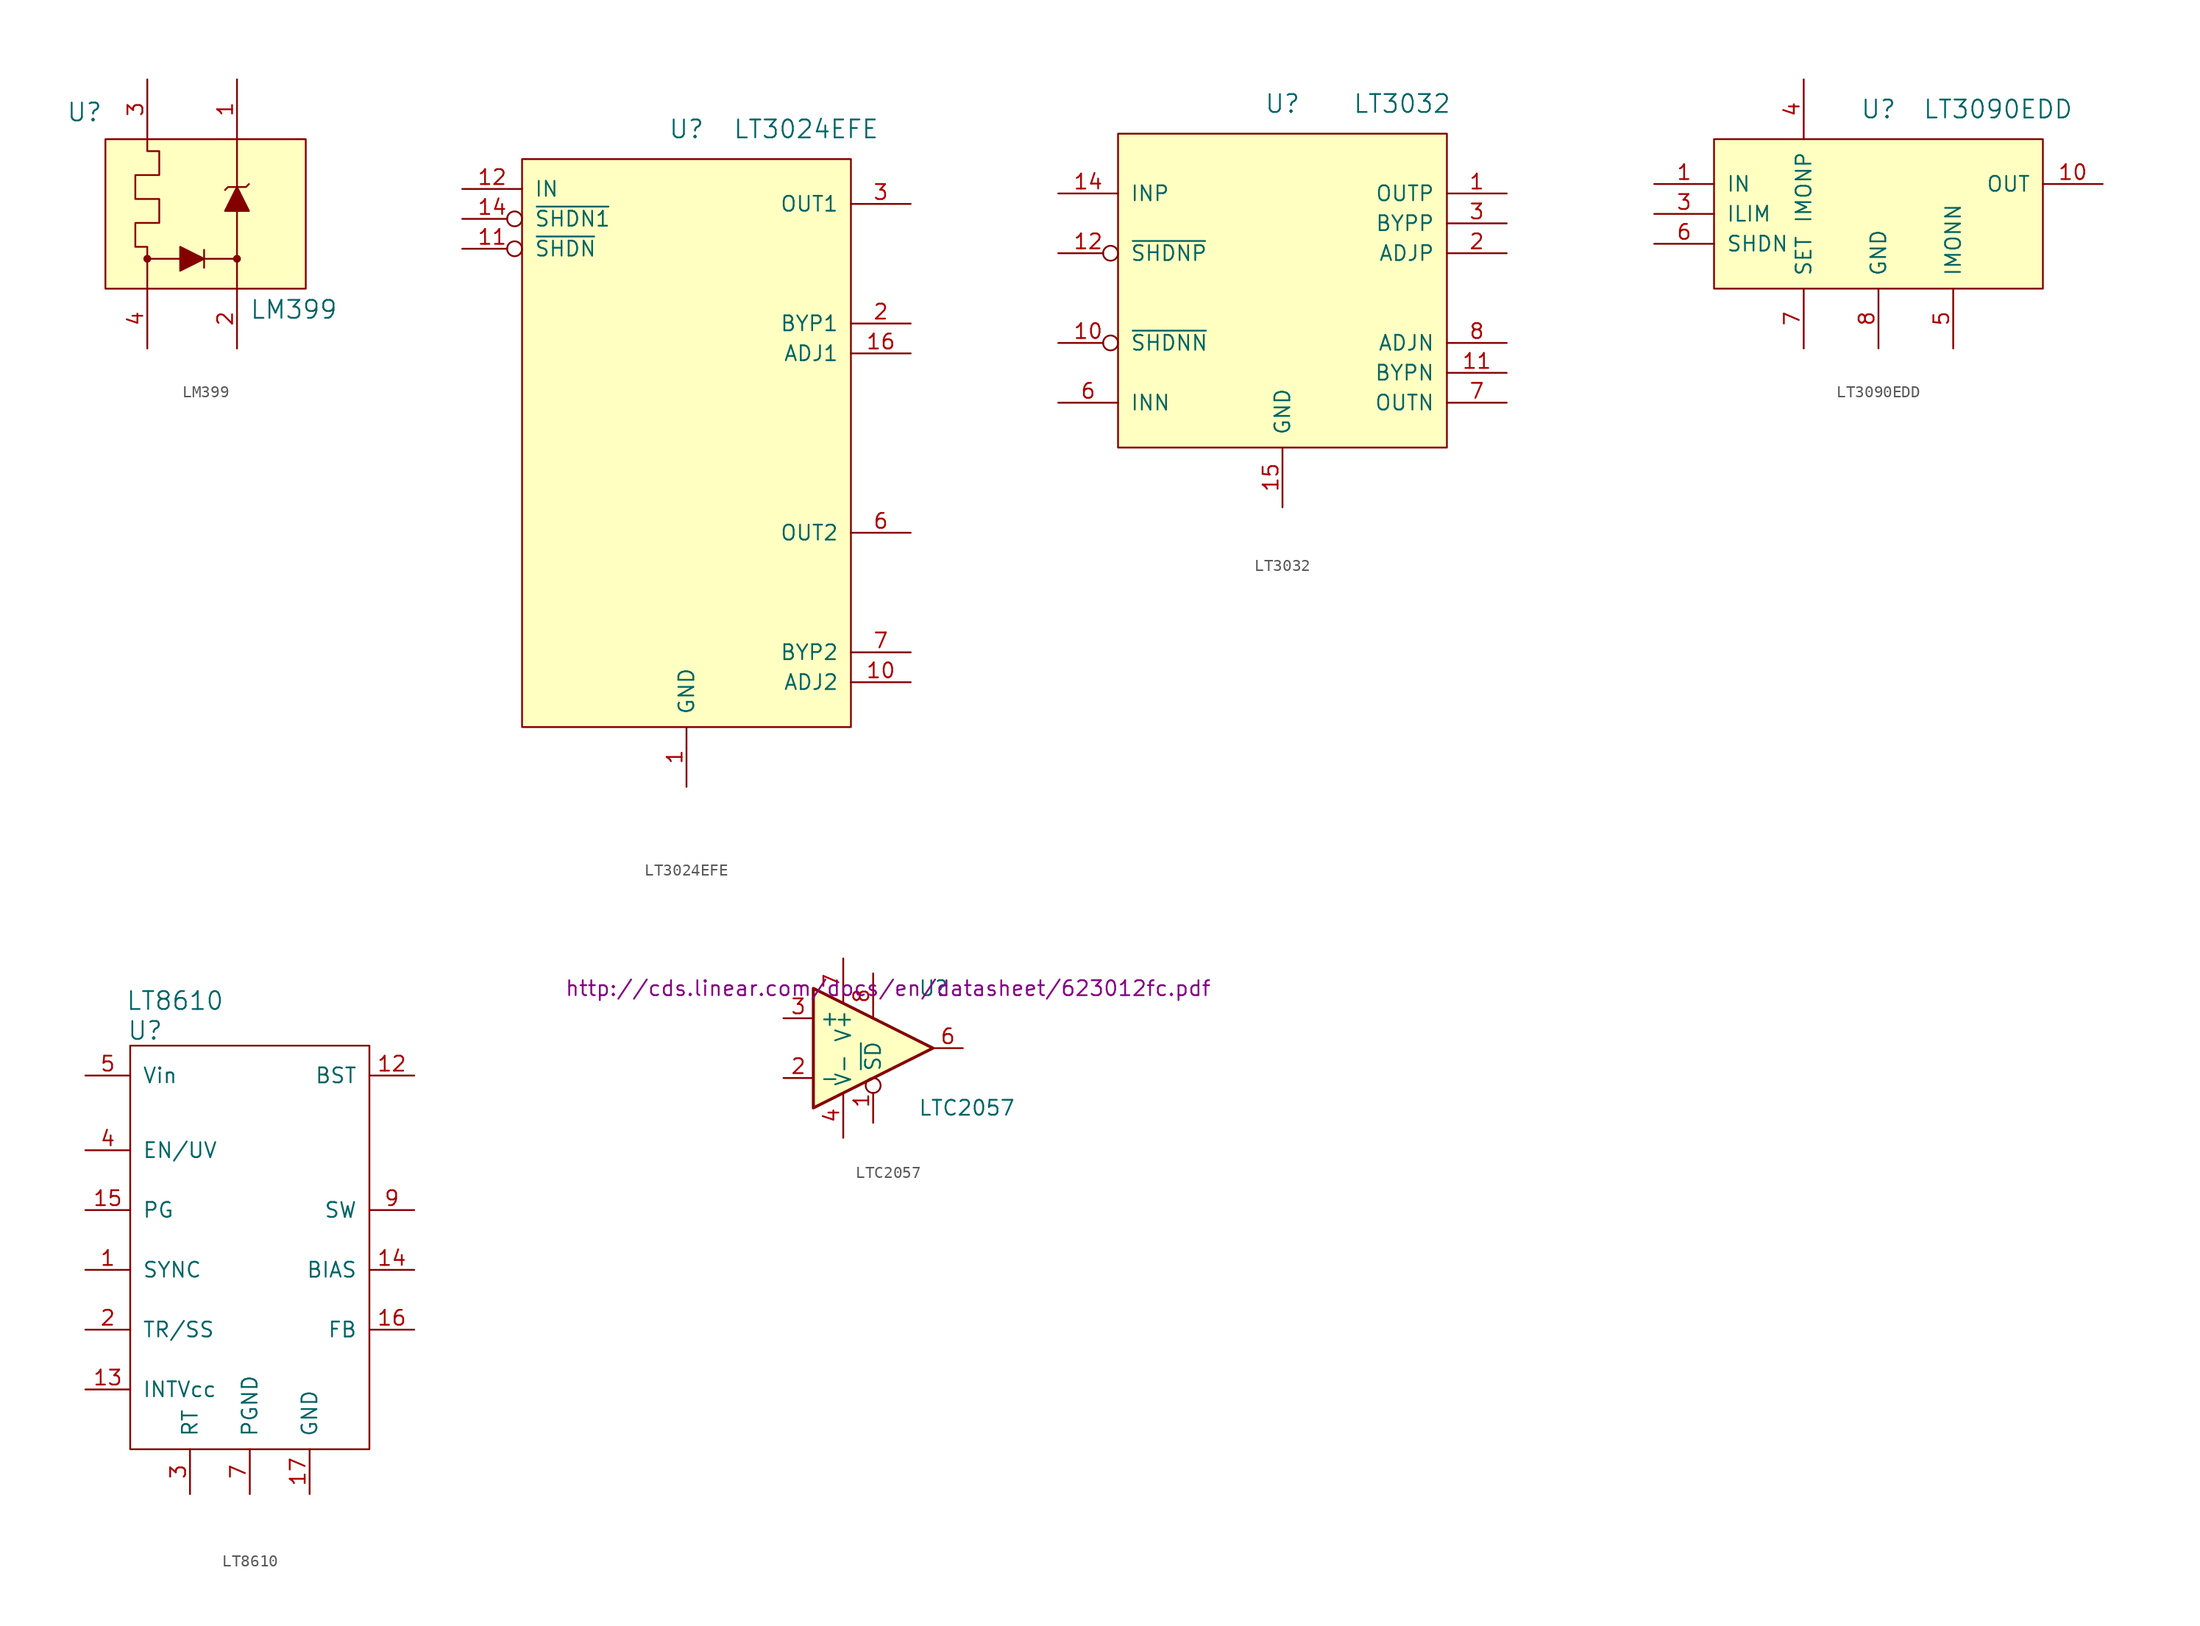
<source format=kicad_sym>
(kicad_symbol_lib
  (version 20220914)
  (generator kicad_symbol_editor)
  (symbol "LM399"
    (pin_names
      (offset 1.016) hide)
    (property "Reference" "U"
      (at -9.144 8.636 0)
      (effects (font (size 1.524 1.524))))
    (property "Value" "LM399"
      (at 8.636 -8.128 0)
      (effects (font (size 1.524 1.524))))
    (symbol "LM399_0_1"
      (rectangle (start -7.366 6.35) (end 9.652 -6.35) (stroke (width 0) (type solid)) (fill (type background)))
      (circle (center -3.81 -3.81) (radius 0.254) (stroke (width 0) (type solid)) (fill (type outline)))
      (polyline (pts (xy -3.81 -3.81) (xy -3.81 -6.35)) (stroke (width 0) (type solid)) (fill (type none)))
      (polyline (pts (xy -3.81 -3.81) (xy -1.016 -3.81)) (stroke (width 0) (type solid)) (fill (type none)))
      (polyline (pts (xy 1.016 -3.81) (xy 3.81 -3.81)) (stroke (width 0) (type solid)) (fill (type none)))
      (polyline (pts (xy 1.016 -3.048) (xy 1.016 -4.572)) (stroke (width 0) (type solid)) (fill (type none)))
      (polyline (pts (xy 3.81 -3.81) (xy 3.81 -6.35)) (stroke (width 0) (type solid)) (fill (type none)))
      (polyline (pts (xy 3.81 -3.81) (xy 3.81 0.254)) (stroke (width 0) (type solid)) (fill (type none)))
      (polyline (pts (xy 3.81 2.286) (xy 3.81 6.35)) (stroke (width 0) (type solid)) (fill (type none)))
      (polyline (pts (xy -1.016 -2.794) (xy -1.016 -4.826) (xy 1.016 -3.81) (xy -1.016 -2.794)) (stroke (width 0) (type solid)) (fill (type outline)))
      (polyline (pts (xy 2.794 2.032) (xy 3.048 2.286) (xy 4.572 2.286) (xy 4.826 2.54)) (stroke (width 0) (type solid)) (fill (type none)))
      (polyline (pts (xy 4.826 0.254) (xy 2.794 0.254) (xy 3.81 2.286) (xy 4.826 0.254)) (stroke (width 0) (type solid)) (fill (type outline)))
      (polyline (pts (xy -3.81 6.35) (xy -3.81 5.334) (xy -2.794 5.334) (xy -2.794 3.302) (xy -4.826 3.302) (xy -4.826 1.27) (xy -2.794 1.27) (xy -2.794 -0.762) (xy -4.826 -0.762) (xy -4.826 -2.794) (xy -3.81 -2.794) (xy -3.81 -3.81)) (stroke (width 0) (type solid)) (fill (type none)))
      (circle (center 3.81 -3.81) (radius 0.254) (stroke (width 0) (type solid)) (fill (type outline))))
    (symbol "LM399_1_1"
      (pin passive line (at 3.81 11.43 270) (length 5.08) (name "~" (effects (font (size 1.27 1.27)))) (number "1" (effects (font (size 1.27 1.27)))))
      (pin passive line (at 3.81 -11.43 90) (length 5.08) (name "~" (effects (font (size 1.27 1.27)))) (number "2" (effects (font (size 1.27 1.27)))))
      (pin passive line (at -3.81 11.43 270) (length 5.08) (name "~" (effects (font (size 1.27 1.27)))) (number "3" (effects (font (size 1.27 1.27)))))
      (pin passive line (at -3.81 -11.43 90) (length 5.08) (name "~" (effects (font (size 1.27 1.27)))) (number "4" (effects (font (size 1.27 1.27)))))))
  (symbol "LT3024EFE"
    (pin_names
      (offset 1.016))
    (property "Reference" "U"
      (at 0 26.67 0)
      (effects (font (size 1.524 1.524))))
    (property "Value" "LT3024EFE"
      (at 10.16 26.67 0)
      (effects (font (size 1.524 1.524))))
    (symbol "LT3024EFE_0_1"
      (rectangle (start -13.97 24.13) (end 13.97 -24.13) (stroke (width 0) (type solid)) (fill (type background))))
    (symbol "LT3024EFE_1_1"
      (pin power_out line (at 0 -29.21 90) (length 5.08) (name "GND" (effects (font (size 1.27 1.27)))) (number "1" (effects (font (size 1.27 1.27)))))
      (pin input line (at 19.05 -20.32 180) (length 5.08) (name "ADJ2" (effects (font (size 1.27 1.27)))) (number "10" (effects (font (size 1.27 1.27)))))
      (pin power_out line (at 0 -29.21 90) (length 5.08) hide (name "GND" (effects (font (size 1.27 1.27)))) (number "11" (effects (font (size 1.27 1.27)))))
      (pin input inverted (at -19.05 16.51 0) (length 5.08) (name "~{SHDN}" (effects (font (size 1.27 1.27)))) (number "11" (effects (font (size 1.27 1.27)))))
      (pin power_in line (at -19.05 21.59 0) (length 5.08) (name "IN" (effects (font (size 1.27 1.27)))) (number "12" (effects (font (size 1.27 1.27)))))
      (pin power_in line (at -19.05 21.59 0) (length 5.08) hide (name "IN" (effects (font (size 1.27 1.27)))) (number "13" (effects (font (size 1.27 1.27)))))
      (pin input inverted (at -19.05 19.05 0) (length 5.08) (name "~{SHDN1}" (effects (font (size 1.27 1.27)))) (number "14" (effects (font (size 1.27 1.27)))))
      (pin input line (at 19.05 7.62 180) (length 5.08) (name "ADJ1" (effects (font (size 1.27 1.27)))) (number "16" (effects (font (size 1.27 1.27)))))
      (pin power_in line (at 0 -29.21 90) (length 5.08) hide (name "GND" (effects (font (size 1.27 1.27)))) (number "16" (effects (font (size 1.27 1.27)))))
      (pin passive line (at 19.05 10.16 180) (length 5.08) (name "BYP1" (effects (font (size 1.27 1.27)))) (number "2" (effects (font (size 1.27 1.27)))))
      (pin power_out line (at 19.05 20.32 180) (length 5.08) (name "OUT1" (effects (font (size 1.27 1.27)))) (number "3" (effects (font (size 1.27 1.27)))))
      (pin power_out line (at 19.05 20.32 180) (length 5.08) hide (name "OUT1" (effects (font (size 1.27 1.27)))) (number "4" (effects (font (size 1.27 1.27)))))
      (pin power_out line (at 19.05 -7.62 180) (length 5.08) (name "OUT2" (effects (font (size 1.27 1.27)))) (number "6" (effects (font (size 1.27 1.27)))))
      (pin passive line (at 19.05 -17.78 180) (length 5.08) (name "BYP2" (effects (font (size 1.27 1.27)))) (number "7" (effects (font (size 1.27 1.27)))))
      (pin power_in line (at 0 -29.21 90) (length 5.08) hide (name "GND" (effects (font (size 1.27 1.27)))) (number "8" (effects (font (size 1.27 1.27)))))
      (pin power_in line (at 0 -29.21 90) (length 5.08) hide (name "GND" (effects (font (size 1.27 1.27)))) (number "9" (effects (font (size 1.27 1.27)))))))
  (symbol "LT3032"
    (pin_names
      (offset 1.016))
    (property "Reference" "U"
      (at 0 16.51 0)
      (effects (font (size 1.524 1.524))))
    (property "Value" "LT3032"
      (at 10.16 16.51 0)
      (effects (font (size 1.524 1.524))))
    (symbol "LT3032_0_1"
      (rectangle (start -13.97 13.97) (end 13.97 -12.7) (stroke (width 0) (type solid)) (fill (type background))))
    (symbol "LT3032_1_1"
      (pin power_out line (at 19.05 8.89 180) (length 5.08) (name "OUTP" (effects (font (size 1.27 1.27)))) (number "1" (effects (font (size 1.27 1.27)))))
      (pin input inverted (at -19.05 -3.81 0) (length 5.08) (name "~{SHDNN}" (effects (font (size 1.27 1.27)))) (number "10" (effects (font (size 1.27 1.27)))))
      (pin passive line (at 19.05 -6.35 180) (length 5.08) (name "BYPN" (effects (font (size 1.27 1.27)))) (number "11" (effects (font (size 1.27 1.27)))))
      (pin input inverted (at -19.05 3.81 0) (length 5.08) (name "~{SHDNP}" (effects (font (size 1.27 1.27)))) (number "12" (effects (font (size 1.27 1.27)))))
      (pin passive line (at -19.05 8.89 0) (length 5.08) (name "INP" (effects (font (size 1.27 1.27)))) (number "14" (effects (font (size 1.27 1.27)))))
      (pin power_in line (at 0 -17.78 90) (length 5.08) (name "GND" (effects (font (size 1.27 1.27)))) (number "15" (effects (font (size 1.27 1.27)))))
      (pin passive line (at -19.05 -8.89 0) (length 5.08) hide (name "INN" (effects (font (size 1.27 1.27)))) (number "16" (effects (font (size 1.27 1.27)))))
      (pin input line (at 19.05 3.81 180) (length 5.08) (name "ADJP" (effects (font (size 1.27 1.27)))) (number "2" (effects (font (size 1.27 1.27)))))
      (pin passive line (at 19.05 6.35 180) (length 5.08) (name "BYPP" (effects (font (size 1.27 1.27)))) (number "3" (effects (font (size 1.27 1.27)))))
      (pin power_in line (at 0 -17.78 90) (length 5.08) hide (name "~" (effects (font (size 1.27 1.27)))) (number "4" (effects (font (size 1.27 1.27)))))
      (pin power_in line (at 0 -17.78 90) (length 5.08) hide (name "~" (effects (font (size 1.27 1.27)))) (number "5" (effects (font (size 1.27 1.27)))))
      (pin passive line (at -19.05 -8.89 0) (length 5.08) (name "INN" (effects (font (size 1.27 1.27)))) (number "6" (effects (font (size 1.27 1.27)))))
      (pin power_out line (at 19.05 -8.89 180) (length 5.08) (name "OUTN" (effects (font (size 1.27 1.27)))) (number "7" (effects (font (size 1.27 1.27)))))
      (pin input line (at 19.05 -3.81 180) (length 5.08) (name "ADJN" (effects (font (size 1.27 1.27)))) (number "8" (effects (font (size 1.27 1.27)))))
      (pin power_in line (at -19.05 -8.89 0) (length 5.08) hide (name "INN" (effects (font (size 1.27 1.27)))) (number "9" (effects (font (size 1.27 1.27)))))))
  (symbol "LT3090EDD"
    (pin_names
      (offset 1.016))
    (property "Reference" "U"
      (at 0 8.89 0)
      (effects (font (size 1.524 1.524))))
    (property "Value" "LT3090EDD"
      (at 10.16 8.89 0)
      (effects (font (size 1.524 1.524))))
    (symbol "LT3090EDD_0_1"
      (rectangle (start -13.97 6.35) (end 13.97 -6.35) (stroke (width 0) (type solid)) (fill (type background))))
    (symbol "LT3090EDD_1_1"
      (pin input line (at -19.05 2.54 0) (length 5.08) (name "IN" (effects (font (size 1.27 1.27)))) (number "1" (effects (font (size 1.27 1.27)))))
      (pin power_out line (at 19.05 2.54 180) (length 5.08) (name "OUT" (effects (font (size 1.27 1.27)))) (number "10" (effects (font (size 1.27 1.27)))))
      (pin passive line (at -19.05 2.54 0) (length 5.08) hide (name "PAD" (effects (font (size 1.27 1.27)))) (number "11" (effects (font (size 1.27 1.27)))))
      (pin passive line (at -19.05 2.54 0) (length 5.08) hide (name "PAD" (effects (font (size 1.27 1.27)))) (number "2" (effects (font (size 1.27 1.27)))))
      (pin input line (at -19.05 0 0) (length 5.08) (name "ILIM" (effects (font (size 1.27 1.27)))) (number "3" (effects (font (size 1.27 1.27)))))
      (pin passive line (at -6.35 11.43 270) (length 5.08) (name "IMONP" (effects (font (size 1.27 1.27)))) (number "4" (effects (font (size 1.27 1.27)))))
      (pin passive line (at 6.35 -11.43 90) (length 5.08) (name "IMONN" (effects (font (size 1.27 1.27)))) (number "5" (effects (font (size 1.27 1.27)))))
      (pin input line (at -19.05 -2.54 0) (length 5.08) (name "SHDN" (effects (font (size 1.27 1.27)))) (number "6" (effects (font (size 1.27 1.27)))))
      (pin input line (at -6.35 -11.43 90) (length 5.08) (name "SET" (effects (font (size 1.27 1.27)))) (number "7" (effects (font (size 1.27 1.27)))))
      (pin power_in line (at 0 -11.43 90) (length 5.08) (name "GND" (effects (font (size 1.27 1.27)))) (number "8" (effects (font (size 1.27 1.27)))))
      (pin passive line (at 19.05 2.54 180) (length 5.08) hide (name "OUT" (effects (font (size 1.27 1.27)))) (number "9" (effects (font (size 1.27 1.27)))))))
  (symbol "LT8610"
    (pin_names
      (offset 1.016))
    (property "Reference" "U"
      (at -8.89 41.91 0)
      (effects (font (size 1.524 1.524))))
    (property "Value" "LT8610"
      (at -6.35 44.45 0)
      (effects (font (size 1.524 1.524))))
    (symbol "LT8610_0_0"
      (rectangle (start -10.16 6.35) (end 10.16 40.64) (stroke (width 0) (type solid)) (fill (type none))))
    (symbol "LT8610_1_1"
      (pin input line (at -13.97 21.59 0) (length 3.81) (name "SYNC" (effects (font (size 1.27 1.27)))) (number "1" (effects (font (size 1.27 1.27)))))
      (pin passive line (at 13.97 26.67 180) (length 3.81) hide (name "SW" (effects (font (size 1.27 1.27)))) (number "10" (effects (font (size 1.27 1.27)))))
      (pin passive line (at 13.97 26.67 180) (length 3.81) hide (name "SW" (effects (font (size 1.27 1.27)))) (number "11" (effects (font (size 1.27 1.27)))))
      (pin passive line (at 13.97 38.1 180) (length 3.81) (name "BST" (effects (font (size 1.27 1.27)))) (number "12" (effects (font (size 1.27 1.27)))))
      (pin passive line (at -13.97 11.43 0) (length 3.81) (name "INTVcc" (effects (font (size 1.27 1.27)))) (number "13" (effects (font (size 1.27 1.27)))))
      (pin passive line (at 13.97 21.59 180) (length 3.81) (name "BIAS" (effects (font (size 1.27 1.27)))) (number "14" (effects (font (size 1.27 1.27)))))
      (pin output line (at -13.97 26.67 0) (length 3.81) (name "PG" (effects (font (size 1.27 1.27)))) (number "15" (effects (font (size 1.27 1.27)))))
      (pin passive line (at 13.97 16.51 180) (length 3.81) (name "FB" (effects (font (size 1.27 1.27)))) (number "16" (effects (font (size 1.27 1.27)))))
      (pin passive line (at 5.08 2.54 90) (length 3.81) (name "GND" (effects (font (size 1.27 1.27)))) (number "17" (effects (font (size 1.27 1.27)))))
      (pin passive line (at -13.97 16.51 0) (length 3.81) (name "TR/SS" (effects (font (size 1.27 1.27)))) (number "2" (effects (font (size 1.27 1.27)))))
      (pin passive line (at -5.08 2.54 90) (length 3.81) (name "RT" (effects (font (size 1.27 1.27)))) (number "3" (effects (font (size 1.27 1.27)))))
      (pin passive line (at -13.97 31.75 0) (length 3.81) (name "EN/UV" (effects (font (size 1.27 1.27)))) (number "4" (effects (font (size 1.27 1.27)))))
      (pin power_in line (at -13.97 38.1 0) (length 3.81) (name "Vin" (effects (font (size 1.27 1.27)))) (number "5" (effects (font (size 1.27 1.27)))))
      (pin passive line (at -13.97 38.1 0) (length 3.81) hide (name "Vin" (effects (font (size 1.27 1.27)))) (number "6" (effects (font (size 1.27 1.27)))))
      (pin power_in line (at 0 2.54 90) (length 3.81) (name "PGND" (effects (font (size 1.27 1.27)))) (number "7" (effects (font (size 1.27 1.27)))))
      (pin passive line (at 0 2.54 90) (length 3.81) hide (name "PGND" (effects (font (size 1.27 1.27)))) (number "8" (effects (font (size 1.27 1.27)))))
      (pin passive line (at 13.97 26.67 180) (length 3.81) (name "SW" (effects (font (size 1.27 1.27)))) (number "9" (effects (font (size 1.27 1.27)))))))
  (symbol "LTC2057"
    (property "Reference" "U"
      (at 3.81 5.08 0)
      (effects (font (size 1.27 1.27)) (justify left)))
    (property "Value" "LTC2057"
      (at 3.81 -5.08 0)
      (effects (font (size 1.27 1.27)) (justify left)))
    (property "Footprint" ""
      (at -1.27 2.54 0)
      (effects (font (size 1.27 1.27))))
    (property "Datasheet" "http://cds.linear.com/docs/en/datasheet/623012fc.pdf"
      (at 1.27 5.08 0)
      (effects (font (size 1.27 1.27))))
    (symbol "LTC2057_0_1"
      (polyline (pts (xy -5.08 5.08) (xy 5.08 0) (xy -5.08 -5.08) (xy -5.08 5.08)) (stroke (width 0.254) (type solid)) (fill (type background)))
      (pin input inverted (at 0 -6.35 90) (length 3.81) (name "~{SD}" (effects (font (size 1.27 1.27)))) (number "1" (effects (font (size 1.27 1.27)))))
      (pin power_in line (at -2.54 -7.62 90) (length 3.81) (name "V-" (effects (font (size 1.27 1.27)))) (number "4" (effects (font (size 1.27 1.27)))))
      (pin power_in line (at -2.54 7.62 270) (length 3.81) (name "V+" (effects (font (size 1.27 1.27)))) (number "7" (effects (font (size 1.27 1.27)))))
      (pin input line (at 0 6.35 270) (length 3.81) (name "~" (effects (font (size 1.27 1.27)))) (number "8" (effects (font (size 1.27 1.27))))))
    (symbol "LTC2057_1_1"
      (pin input line (at -7.62 -2.54 0) (length 2.54) (name "-" (effects (font (size 1.27 1.27)))) (number "2" (effects (font (size 1.27 1.27)))))
      (pin input line (at -7.62 2.54 0) (length 2.54) (name "+" (effects (font (size 1.27 1.27)))) (number "3" (effects (font (size 1.27 1.27)))))
      (pin output line (at 7.62 0 180) (length 2.54) (name "~" (effects (font (size 1.27 1.27)))) (number "6" (effects (font (size 1.27 1.27))))))))
</source>
